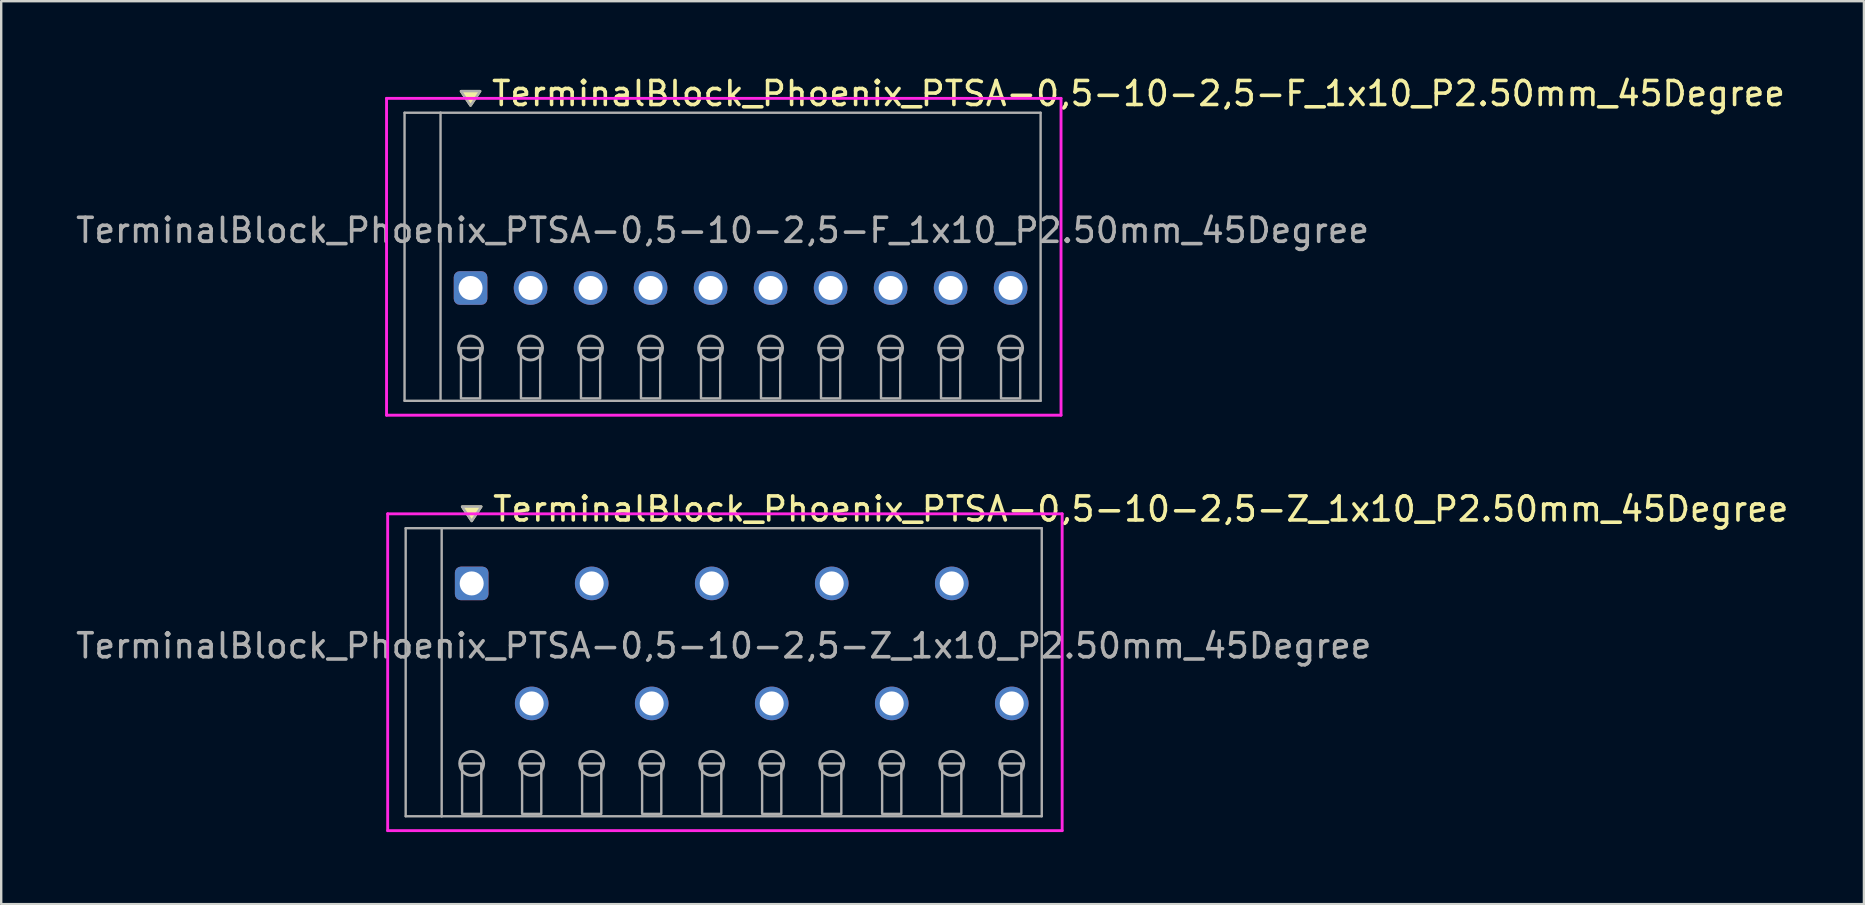
<source format=kicad_pcb>
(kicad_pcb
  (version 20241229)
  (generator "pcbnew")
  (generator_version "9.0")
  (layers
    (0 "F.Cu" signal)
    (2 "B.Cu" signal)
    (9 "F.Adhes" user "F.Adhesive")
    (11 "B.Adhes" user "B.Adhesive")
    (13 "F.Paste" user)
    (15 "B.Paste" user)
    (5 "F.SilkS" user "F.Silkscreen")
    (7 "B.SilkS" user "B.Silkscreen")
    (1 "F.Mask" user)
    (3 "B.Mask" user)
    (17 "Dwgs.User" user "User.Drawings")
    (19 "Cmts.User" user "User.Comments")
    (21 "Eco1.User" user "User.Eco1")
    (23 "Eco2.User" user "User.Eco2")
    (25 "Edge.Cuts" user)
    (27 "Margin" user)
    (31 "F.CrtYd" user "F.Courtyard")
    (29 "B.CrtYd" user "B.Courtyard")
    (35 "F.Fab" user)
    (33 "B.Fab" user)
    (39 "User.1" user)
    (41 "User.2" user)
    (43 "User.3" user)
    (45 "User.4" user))
  (footprint "TerminalBlock_Phoenix_PTSA-0,5-10-2,5-Z_1x10_P2.50mm_45Degree"
    (layer "F.Cu")
    (at 16.601 26.256)
    (property "Reference" "TerminalBlock_Phoenix_PTSA-0,5-10-2,5-Z_1x10_P2.50mm_45Degree" (at 0.8 -8.1 0) (layer "F.SilkS") (effects (font (size 1 1) (thickness 0.15)) (justify left)))
    (attr through_hole)
    (fp_poly (pts (xy 0 -7.6) (xy -0.4 -8.2) (xy 0.4 -8.2)) (stroke (width 0.1) (type solid)) (fill yes) (layer "F.SilkS"))
    (fp_line (start -3.5 -7.9) (end 24.6 -7.9) (stroke (width 0.12) (type solid)) (layer "F.CrtYd"))
    (fp_line (start -3.5 5.3) (end -3.5 -7.9) (stroke (width 0.12) (type solid)) (layer "F.CrtYd"))
    (fp_line (start 24.6 -7.9) (end 24.6 5.3) (stroke (width 0.12) (type solid)) (layer "F.CrtYd"))
    (fp_line (start 24.6 5.3) (end -3.5 5.3) (stroke (width 0.12) (type solid)) (layer "F.CrtYd"))
    (fp_line (start -2.75 -7.3) (end -1.25 -7.3) (stroke (width 0.1) (type solid)) (layer "F.Fab"))
    (fp_line (start -2.75 4.7) (end -2.75 -7.3) (stroke (width 0.1) (type solid)) (layer "F.Fab"))
    (fp_line (start -1.25 -7.3) (end -1.25 4.7) (stroke (width 0.1) (type solid)) (layer "F.Fab"))
    (fp_line (start -1.25 4.7) (end -2.75 4.7) (stroke (width 0.1) (type solid)) (layer "F.Fab"))
    (fp_line (start -1.25 4.7) (end 23.75 4.7) (stroke (width 0.1) (type solid)) (layer "F.Fab"))
    (fp_line (start 23.75 -7.3) (end -1.25 -7.3) (stroke (width 0.1) (type solid)) (layer "F.Fab"))
    (fp_line (start 23.75 4.7) (end 23.75 -7.3) (stroke (width 0.1) (type solid)) (layer "F.Fab"))
    (fp_circle (center 0 2.5) (end -0.5 2.5) (stroke (width 0.12) (type solid)) (fill no) (layer "F.Fab"))
    (fp_circle (center 2.5 2.5) (end 2 2.5) (stroke (width 0.12) (type solid)) (fill no) (layer "F.Fab"))
    (fp_circle (center 5 2.5) (end 4.5 2.5) (stroke (width 0.12) (type solid)) (fill no) (layer "F.Fab"))
    (fp_circle (center 7.5 2.5) (end 7 2.5) (stroke (width 0.12) (type solid)) (fill no) (layer "F.Fab"))
    (fp_circle (center 10 2.5) (end 9.5 2.5) (stroke (width 0.12) (type solid)) (fill no) (layer "F.Fab"))
    (fp_circle (center 12.5 2.5) (end 12 2.5) (stroke (width 0.12) (type solid)) (fill no) (layer "F.Fab"))
    (fp_circle (center 15 2.5) (end 14.5 2.5) (stroke (width 0.12) (type solid)) (fill no) (layer "F.Fab"))
    (fp_circle (center 17.5 2.5) (end 17 2.5) (stroke (width 0.12) (type solid)) (fill no) (layer "F.Fab"))
    (fp_circle (center 20 2.5) (end 19.5 2.5) (stroke (width 0.12) (type solid)) (fill no) (layer "F.Fab"))
    (fp_circle (center 22.5 2.5) (end 22 2.5) (stroke (width 0.12) (type solid)) (fill no) (layer "F.Fab"))
    (fp_poly (pts (xy 0 -7.6) (xy -0.4 -8.2) (xy 0.4 -8.2)) (stroke (width 0.1) (type solid)) (fill no) (layer "F.Fab"))
    (fp_poly (pts (xy -0.4 2.5) (xy -0.4 4.6) (xy 0.4 4.6) (xy 0.4 2.5)) (stroke (width 0.1) (type solid)) (fill no) (layer "F.Fab"))
    (fp_poly (pts (xy 2.1 2.5) (xy 2.1 4.6) (xy 2.9 4.6) (xy 2.9 2.5)) (stroke (width 0.1) (type solid)) (fill no) (layer "F.Fab"))
    (fp_poly (pts (xy 4.6 2.5) (xy 4.6 4.6) (xy 5.4 4.6) (xy 5.4 2.5)) (stroke (width 0.1) (type solid)) (fill no) (layer "F.Fab"))
    (fp_poly (pts (xy 7.1 2.5) (xy 7.1 4.6) (xy 7.9 4.6) (xy 7.9 2.5)) (stroke (width 0.1) (type solid)) (fill no) (layer "F.Fab"))
    (fp_poly (pts (xy 9.6 2.5) (xy 9.6 4.6) (xy 10.4 4.6) (xy 10.4 2.5)) (stroke (width 0.1) (type solid)) (fill no) (layer "F.Fab"))
    (fp_poly (pts (xy 12.1 2.5) (xy 12.1 4.6) (xy 12.9 4.6) (xy 12.9 2.5)) (stroke (width 0.1) (type solid)) (fill no) (layer "F.Fab"))
    (fp_poly (pts (xy 14.6 2.5) (xy 14.6 4.6) (xy 15.4 4.6) (xy 15.4 2.5)) (stroke (width 0.1) (type solid)) (fill no) (layer "F.Fab"))
    (fp_poly (pts (xy 17.1 2.5) (xy 17.1 4.6) (xy 17.9 4.6) (xy 17.9 2.5)) (stroke (width 0.1) (type solid)) (fill no) (layer "F.Fab"))
    (fp_poly (pts (xy 19.6 2.5) (xy 19.6 4.6) (xy 20.4 4.6) (xy 20.4 2.5)) (stroke (width 0.1) (type solid)) (fill no) (layer "F.Fab"))
    (fp_poly (pts (xy 22.1 2.5) (xy 22.1 4.6) (xy 22.9 4.6) (xy 22.9 2.5)) (stroke (width 0.1) (type solid)) (fill no) (layer "F.Fab"))
    (fp_text user "${REFERENCE}" (at 10.5 -2.4 0) (layer "F.Fab") (effects (font (size 1 1) (thickness 0.15))))
    (pad "1" thru_hole roundrect (at 0 -5) (size 1.4 1.4) (drill 1) (layers "*.Cu" "*.Mask") (roundrect_rratio 0.179))
    (pad "2" thru_hole oval (at 2.5 0) (size 1.4 1.4) (drill 1) (layers "*.Cu" "*.Mask"))
    (pad "3" thru_hole oval (at 5 -5) (size 1.4 1.4) (drill 1) (layers "*.Cu" "*.Mask"))
    (pad "4" thru_hole oval (at 7.5 0) (size 1.4 1.4) (drill 1) (layers "*.Cu" "*.Mask"))
    (pad "5" thru_hole oval (at 10 -5) (size 1.4 1.4) (drill 1) (layers "*.Cu" "*.Mask"))
    (pad "6" thru_hole oval (at 12.5 0) (size 1.4 1.4) (drill 1) (layers "*.Cu" "*.Mask"))
    (pad "7" thru_hole oval (at 15 -5) (size 1.4 1.4) (drill 1) (layers "*.Cu" "*.Mask"))
    (pad "8" thru_hole oval (at 17.5 0) (size 1.4 1.4) (drill 1) (layers "*.Cu" "*.Mask"))
    (pad "9" thru_hole oval (at 20 -5) (size 1.4 1.4) (drill 1) (layers "*.Cu" "*.Mask"))
    (pad "10" thru_hole oval (at 22.5 0) (size 1.4 1.4) (drill 1) (layers "*.Cu" "*.Mask")))
  (footprint "TerminalBlock_Phoenix_PTSA-0,5-10-2,5-F_1x10_P2.50mm_45Degree"
    (layer "F.Cu")
    (at 16.554 8.948)
    (property "Reference" "TerminalBlock_Phoenix_PTSA-0,5-10-2,5-F_1x10_P2.50mm_45Degree" (at 0.8 -8.1 0) (layer "F.SilkS") (effects (font (size 1 1) (thickness 0.15)) (justify left)))
    (attr through_hole)
    (fp_poly (pts (xy 0 -7.6) (xy -0.4 -8.2) (xy 0.4 -8.2)) (stroke (width 0.1) (type solid)) (fill yes) (layer "F.SilkS"))
    (fp_line (start -3.5 -7.9) (end 24.6 -7.9) (stroke (width 0.12) (type solid)) (layer "F.CrtYd"))
    (fp_line (start -3.5 5.3) (end -3.5 -7.9) (stroke (width 0.12) (type solid)) (layer "F.CrtYd"))
    (fp_line (start 24.6 -7.9) (end 24.6 5.3) (stroke (width 0.12) (type solid)) (layer "F.CrtYd"))
    (fp_line (start 24.6 5.3) (end -3.5 5.3) (stroke (width 0.12) (type solid)) (layer "F.CrtYd"))
    (fp_line (start -2.75 -7.3) (end -1.25 -7.3) (stroke (width 0.1) (type solid)) (layer "F.Fab"))
    (fp_line (start -2.75 4.7) (end -2.75 -7.3) (stroke (width 0.1) (type solid)) (layer "F.Fab"))
    (fp_line (start -1.25 -7.3) (end -1.25 4.7) (stroke (width 0.1) (type solid)) (layer "F.Fab"))
    (fp_line (start -1.25 4.7) (end -2.75 4.7) (stroke (width 0.1) (type solid)) (layer "F.Fab"))
    (fp_line (start -1.25 4.7) (end 23.75 4.7) (stroke (width 0.1) (type solid)) (layer "F.Fab"))
    (fp_line (start 23.75 -7.3) (end -1.25 -7.3) (stroke (width 0.1) (type solid)) (layer "F.Fab"))
    (fp_line (start 23.75 4.7) (end 23.75 -7.3) (stroke (width 0.1) (type solid)) (layer "F.Fab"))
    (fp_circle (center 0 2.5) (end -0.5 2.5) (stroke (width 0.12) (type solid)) (fill no) (layer "F.Fab"))
    (fp_circle (center 2.5 2.5) (end 2 2.5) (stroke (width 0.12) (type solid)) (fill no) (layer "F.Fab"))
    (fp_circle (center 5 2.5) (end 4.5 2.5) (stroke (width 0.12) (type solid)) (fill no) (layer "F.Fab"))
    (fp_circle (center 7.5 2.5) (end 7 2.5) (stroke (width 0.12) (type solid)) (fill no) (layer "F.Fab"))
    (fp_circle (center 10 2.5) (end 9.5 2.5) (stroke (width 0.12) (type solid)) (fill no) (layer "F.Fab"))
    (fp_circle (center 12.5 2.5) (end 12 2.5) (stroke (width 0.12) (type solid)) (fill no) (layer "F.Fab"))
    (fp_circle (center 15 2.5) (end 14.5 2.5) (stroke (width 0.12) (type solid)) (fill no) (layer "F.Fab"))
    (fp_circle (center 17.5 2.5) (end 17 2.5) (stroke (width 0.12) (type solid)) (fill no) (layer "F.Fab"))
    (fp_circle (center 20 2.5) (end 19.5 2.5) (stroke (width 0.12) (type solid)) (fill no) (layer "F.Fab"))
    (fp_circle (center 22.5 2.5) (end 22 2.5) (stroke (width 0.12) (type solid)) (fill no) (layer "F.Fab"))
    (fp_poly (pts (xy 0 -7.6) (xy -0.4 -8.2) (xy 0.4 -8.2)) (stroke (width 0.1) (type solid)) (fill no) (layer "F.Fab"))
    (fp_poly (pts (xy -0.4 2.5) (xy -0.4 4.6) (xy 0.4 4.6) (xy 0.4 2.5)) (stroke (width 0.1) (type solid)) (fill no) (layer "F.Fab"))
    (fp_poly (pts (xy 2.1 2.5) (xy 2.1 4.6) (xy 2.9 4.6) (xy 2.9 2.5)) (stroke (width 0.1) (type solid)) (fill no) (layer "F.Fab"))
    (fp_poly (pts (xy 4.6 2.5) (xy 4.6 4.6) (xy 5.4 4.6) (xy 5.4 2.5)) (stroke (width 0.1) (type solid)) (fill no) (layer "F.Fab"))
    (fp_poly (pts (xy 7.1 2.5) (xy 7.1 4.6) (xy 7.9 4.6) (xy 7.9 2.5)) (stroke (width 0.1) (type solid)) (fill no) (layer "F.Fab"))
    (fp_poly (pts (xy 9.6 2.5) (xy 9.6 4.6) (xy 10.4 4.6) (xy 10.4 2.5)) (stroke (width 0.1) (type solid)) (fill no) (layer "F.Fab"))
    (fp_poly (pts (xy 12.1 2.5) (xy 12.1 4.6) (xy 12.9 4.6) (xy 12.9 2.5)) (stroke (width 0.1) (type solid)) (fill no) (layer "F.Fab"))
    (fp_poly (pts (xy 14.6 2.5) (xy 14.6 4.6) (xy 15.4 4.6) (xy 15.4 2.5)) (stroke (width 0.1) (type solid)) (fill no) (layer "F.Fab"))
    (fp_poly (pts (xy 17.1 2.5) (xy 17.1 4.6) (xy 17.9 4.6) (xy 17.9 2.5)) (stroke (width 0.1) (type solid)) (fill no) (layer "F.Fab"))
    (fp_poly (pts (xy 19.6 2.5) (xy 19.6 4.6) (xy 20.4 4.6) (xy 20.4 2.5)) (stroke (width 0.1) (type solid)) (fill no) (layer "F.Fab"))
    (fp_poly (pts (xy 22.1 2.5) (xy 22.1 4.6) (xy 22.9 4.6) (xy 22.9 2.5)) (stroke (width 0.1) (type solid)) (fill no) (layer "F.Fab"))
    (fp_text user "${REFERENCE}" (at 10.5 -2.4 0) (layer "F.Fab") (effects (font (size 1 1) (thickness 0.15))))
    (pad "1" thru_hole roundrect (at 0 0) (size 1.4 1.4) (drill 1) (layers "*.Cu" "*.Mask") (roundrect_rratio 0.179))
    (pad "2" thru_hole oval (at 2.5 0) (size 1.4 1.4) (drill 1) (layers "*.Cu" "*.Mask"))
    (pad "3" thru_hole oval (at 5 0) (size 1.4 1.4) (drill 1) (layers "*.Cu" "*.Mask"))
    (pad "4" thru_hole oval (at 7.5 0) (size 1.4 1.4) (drill 1) (layers "*.Cu" "*.Mask"))
    (pad "5" thru_hole oval (at 10 0) (size 1.4 1.4) (drill 1) (layers "*.Cu" "*.Mask"))
    (pad "6" thru_hole oval (at 12.5 0) (size 1.4 1.4) (drill 1) (layers "*.Cu" "*.Mask"))
    (pad "7" thru_hole oval (at 15 0) (size 1.4 1.4) (drill 1) (layers "*.Cu" "*.Mask"))
    (pad "8" thru_hole oval (at 17.5 0) (size 1.4 1.4) (drill 1) (layers "*.Cu" "*.Mask"))
    (pad "9" thru_hole oval (at 20 0) (size 1.4 1.4) (drill 1) (layers "*.Cu" "*.Mask"))
    (pad "10" thru_hole oval (at 22.5 0) (size 1.4 1.4) (drill 1) (layers "*.Cu" "*.Mask")))
  (gr_rect
    (start -3 -3)
    (end 74.604 34.617)
    (stroke (width 0.1) (type default))
    (fill no)
    (layer "Edge.Cuts")))
</source>
